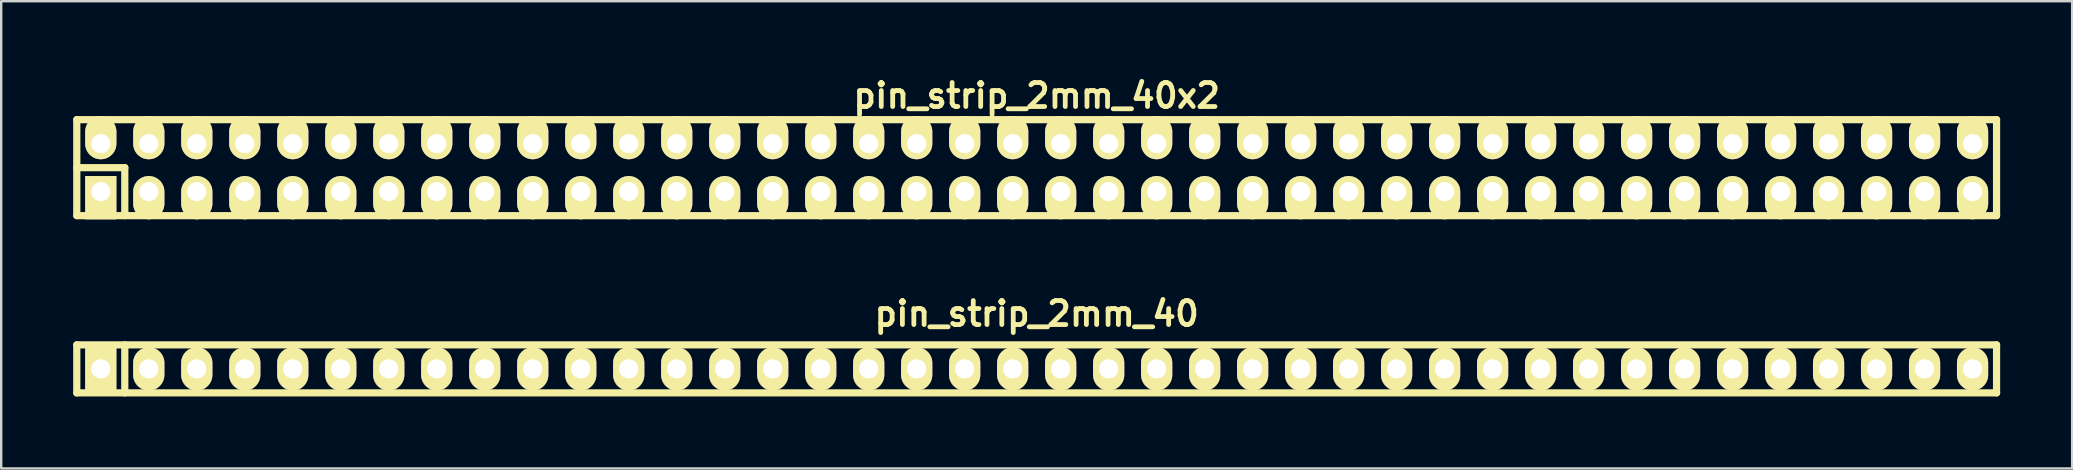
<source format=kicad_pcb>
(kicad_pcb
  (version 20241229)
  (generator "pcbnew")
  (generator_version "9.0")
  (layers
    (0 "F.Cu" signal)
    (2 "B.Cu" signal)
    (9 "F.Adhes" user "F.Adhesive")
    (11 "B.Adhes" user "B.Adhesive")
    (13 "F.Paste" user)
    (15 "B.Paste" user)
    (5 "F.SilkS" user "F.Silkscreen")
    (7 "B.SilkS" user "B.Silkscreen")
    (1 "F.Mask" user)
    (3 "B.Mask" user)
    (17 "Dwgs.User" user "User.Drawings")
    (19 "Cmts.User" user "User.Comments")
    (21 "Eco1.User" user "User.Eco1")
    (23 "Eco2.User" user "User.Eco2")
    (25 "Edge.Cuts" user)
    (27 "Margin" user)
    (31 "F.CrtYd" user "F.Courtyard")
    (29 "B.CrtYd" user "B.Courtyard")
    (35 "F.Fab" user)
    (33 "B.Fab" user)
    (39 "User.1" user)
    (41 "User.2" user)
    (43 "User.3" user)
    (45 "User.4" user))
  (footprint "pin_strip_2mm_40"
    (layer "F.Cu")
    (at 40.15 12.322)
    (property "Reference" "pin_strip_2mm_40" (at 0 -2.3 0) (layer "F.SilkS") (effects (font (size 1 1) (thickness 0.2))))
    (attr through_hole)
    (fp_line (start -40 -1) (end 40 -1) (stroke (width 0.3) (type solid)) (layer "F.SilkS"))
    (fp_line (start -40 1) (end -40 -1) (stroke (width 0.3) (type solid)) (layer "F.SilkS"))
    (fp_line (start -38 -1) (end -38 1) (stroke (width 0.3) (type solid)) (layer "F.SilkS"))
    (fp_line (start 40 -1) (end 40 1) (stroke (width 0.3) (type solid)) (layer "F.SilkS"))
    (fp_line (start 40 1) (end -40 1) (stroke (width 0.3) (type solid)) (layer "F.SilkS"))
    (pad "1" thru_hole rect (at -39 0) (size 1.3 1.8) (drill 0.8) (layers "*.Cu" "*.Mask" "F.SilkS"))
    (pad "2" thru_hole oval (at -37 0) (size 1.3 1.8) (drill 0.8) (layers "*.Cu" "*.Mask" "F.SilkS"))
    (pad "3" thru_hole oval (at -35 0) (size 1.3 1.8) (drill 0.8) (layers "*.Cu" "*.Mask" "F.SilkS"))
    (pad "4" thru_hole oval (at -33 0) (size 1.3 1.8) (drill 0.8) (layers "*.Cu" "*.Mask" "F.SilkS"))
    (pad "5" thru_hole oval (at -31 0) (size 1.3 1.8) (drill 0.8) (layers "*.Cu" "*.Mask" "F.SilkS"))
    (pad "6" thru_hole oval (at -29 0) (size 1.3 1.8) (drill 0.8) (layers "*.Cu" "*.Mask" "F.SilkS"))
    (pad "7" thru_hole oval (at -27 0) (size 1.3 1.8) (drill 0.8) (layers "*.Cu" "*.Mask" "F.SilkS"))
    (pad "8" thru_hole oval (at -25 0) (size 1.3 1.8) (drill 0.8) (layers "*.Cu" "*.Mask" "F.SilkS"))
    (pad "9" thru_hole oval (at -23 0) (size 1.3 1.8) (drill 0.8) (layers "*.Cu" "*.Mask" "F.SilkS"))
    (pad "10" thru_hole oval (at -21 0) (size 1.3 1.8) (drill 0.8) (layers "*.Cu" "*.Mask" "F.SilkS"))
    (pad "11" thru_hole oval (at -19 0) (size 1.3 1.8) (drill 0.8) (layers "*.Cu" "*.Mask" "F.SilkS"))
    (pad "12" thru_hole oval (at -17 0) (size 1.3 1.8) (drill 0.8) (layers "*.Cu" "*.Mask" "F.SilkS"))
    (pad "13" thru_hole oval (at -15 0) (size 1.3 1.8) (drill 0.8) (layers "*.Cu" "*.Mask" "F.SilkS"))
    (pad "14" thru_hole oval (at -13 0) (size 1.3 1.8) (drill 0.8) (layers "*.Cu" "*.Mask" "F.SilkS"))
    (pad "15" thru_hole oval (at -11 0) (size 1.3 1.8) (drill 0.8) (layers "*.Cu" "*.Mask" "F.SilkS"))
    (pad "16" thru_hole oval (at -9 0) (size 1.3 1.8) (drill 0.8) (layers "*.Cu" "*.Mask" "F.SilkS"))
    (pad "17" thru_hole oval (at -7 0) (size 1.3 1.8) (drill 0.8) (layers "*.Cu" "*.Mask" "F.SilkS"))
    (pad "18" thru_hole oval (at -5 0) (size 1.3 1.8) (drill 0.8) (layers "*.Cu" "*.Mask" "F.SilkS"))
    (pad "19" thru_hole oval (at -3 0) (size 1.3 1.8) (drill 0.8) (layers "*.Cu" "*.Mask" "F.SilkS"))
    (pad "20" thru_hole oval (at -1 0) (size 1.3 1.8) (drill 0.8) (layers "*.Cu" "*.Mask" "F.SilkS"))
    (pad "21" thru_hole oval (at 1 0) (size 1.3 1.8) (drill 0.8) (layers "*.Cu" "*.Mask" "F.SilkS"))
    (pad "22" thru_hole oval (at 3 0) (size 1.3 1.8) (drill 0.8) (layers "*.Cu" "*.Mask" "F.SilkS"))
    (pad "23" thru_hole oval (at 5 0) (size 1.3 1.8) (drill 0.8) (layers "*.Cu" "*.Mask" "F.SilkS"))
    (pad "24" thru_hole oval (at 7 0) (size 1.3 1.8) (drill 0.8) (layers "*.Cu" "*.Mask" "F.SilkS"))
    (pad "25" thru_hole oval (at 9 0) (size 1.3 1.8) (drill 0.8) (layers "*.Cu" "*.Mask" "F.SilkS"))
    (pad "26" thru_hole oval (at 11 0) (size 1.3 1.8) (drill 0.8) (layers "*.Cu" "*.Mask" "F.SilkS"))
    (pad "27" thru_hole oval (at 13 0) (size 1.3 1.8) (drill 0.8) (layers "*.Cu" "*.Mask" "F.SilkS"))
    (pad "28" thru_hole oval (at 15 0) (size 1.3 1.8) (drill 0.8) (layers "*.Cu" "*.Mask" "F.SilkS"))
    (pad "29" thru_hole oval (at 17 0) (size 1.3 1.8) (drill 0.8) (layers "*.Cu" "*.Mask" "F.SilkS"))
    (pad "30" thru_hole oval (at 19 0) (size 1.3 1.8) (drill 0.8) (layers "*.Cu" "*.Mask" "F.SilkS"))
    (pad "31" thru_hole oval (at 21 0) (size 1.3 1.8) (drill 0.8) (layers "*.Cu" "*.Mask" "F.SilkS"))
    (pad "32" thru_hole oval (at 23 0) (size 1.3 1.8) (drill 0.8) (layers "*.Cu" "*.Mask" "F.SilkS"))
    (pad "33" thru_hole oval (at 25 0) (size 1.3 1.8) (drill 0.8) (layers "*.Cu" "*.Mask" "F.SilkS"))
    (pad "34" thru_hole oval (at 27 0) (size 1.3 1.8) (drill 0.8) (layers "*.Cu" "*.Mask" "F.SilkS"))
    (pad "35" thru_hole oval (at 29 0) (size 1.3 1.8) (drill 0.8) (layers "*.Cu" "*.Mask" "F.SilkS"))
    (pad "36" thru_hole oval (at 31 0) (size 1.3 1.8) (drill 0.8) (layers "*.Cu" "*.Mask" "F.SilkS"))
    (pad "37" thru_hole oval (at 33 0) (size 1.3 1.8) (drill 0.8) (layers "*.Cu" "*.Mask" "F.SilkS"))
    (pad "38" thru_hole oval (at 35 0) (size 1.3 1.8) (drill 0.8) (layers "*.Cu" "*.Mask" "F.SilkS"))
    (pad "39" thru_hole oval (at 37 0) (size 1.3 1.8) (drill 0.8) (layers "*.Cu" "*.Mask" "F.SilkS"))
    (pad "40" thru_hole oval (at 39 0) (size 1.3 1.8) (drill 0.8) (layers "*.Cu" "*.Mask" "F.SilkS")))
  (footprint "pin_strip_2mm_40x2"
    (layer "F.Cu")
    (at 40.15 3.936)
    (property "Reference" "pin_strip_2mm_40x2" (at 0 -3 0) (layer "F.SilkS") (effects (font (size 1 1) (thickness 0.2))))
    (attr through_hole)
    (fp_line (start -40 -2) (end 40 -2) (stroke (width 0.3) (type solid)) (layer "F.SilkS"))
    (fp_line (start -40 0) (end -38 0) (stroke (width 0.3) (type solid)) (layer "F.SilkS"))
    (fp_line (start -40 2) (end -40 -2) (stroke (width 0.3) (type solid)) (layer "F.SilkS"))
    (fp_line (start -38 0) (end -38 2) (stroke (width 0.3) (type solid)) (layer "F.SilkS"))
    (fp_line (start 40 -2) (end 40 2) (stroke (width 0.3) (type solid)) (layer "F.SilkS"))
    (fp_line (start 40 2) (end -40 2) (stroke (width 0.3) (type solid)) (layer "F.SilkS"))
    (pad "1" thru_hole rect (at -39 1) (size 1.3 1.8) (drill 0.8 (offset 0 0.25)) (layers "*.Cu" "*.Mask" "F.SilkS"))
    (pad "2" thru_hole oval (at -39 -1) (size 1.3 1.8) (drill 0.8 (offset 0 -0.25)) (layers "*.Cu" "*.Mask" "F.SilkS"))
    (pad "3" thru_hole oval (at -37 1) (size 1.3 1.8) (drill 0.8 (offset 0 0.25)) (layers "*.Cu" "*.Mask" "F.SilkS"))
    (pad "4" thru_hole oval (at -37 -1) (size 1.3 1.8) (drill 0.8 (offset 0 -0.25)) (layers "*.Cu" "*.Mask" "F.SilkS"))
    (pad "5" thru_hole oval (at -35 1) (size 1.3 1.8) (drill 0.8 (offset 0 0.25)) (layers "*.Cu" "*.Mask" "F.SilkS"))
    (pad "6" thru_hole oval (at -35 -1) (size 1.3 1.8) (drill 0.8 (offset 0 -0.25)) (layers "*.Cu" "*.Mask" "F.SilkS"))
    (pad "7" thru_hole oval (at -33 1) (size 1.3 1.8) (drill 0.8 (offset 0 0.25)) (layers "*.Cu" "*.Mask" "F.SilkS"))
    (pad "8" thru_hole oval (at -33 -1) (size 1.3 1.8) (drill 0.8 (offset 0 -0.25)) (layers "*.Cu" "*.Mask" "F.SilkS"))
    (pad "9" thru_hole oval (at -31 1) (size 1.3 1.8) (drill 0.8 (offset 0 0.25)) (layers "*.Cu" "*.Mask" "F.SilkS"))
    (pad "10" thru_hole oval (at -31 -1) (size 1.3 1.8) (drill 0.8 (offset 0 -0.25)) (layers "*.Cu" "*.Mask" "F.SilkS"))
    (pad "11" thru_hole oval (at -29 1) (size 1.3 1.8) (drill 0.8 (offset 0 0.25)) (layers "*.Cu" "*.Mask" "F.SilkS"))
    (pad "12" thru_hole oval (at -29 -1) (size 1.3 1.8) (drill 0.8 (offset 0 -0.25)) (layers "*.Cu" "*.Mask" "F.SilkS"))
    (pad "13" thru_hole oval (at -27 1) (size 1.3 1.8) (drill 0.8 (offset 0 0.25)) (layers "*.Cu" "*.Mask" "F.SilkS"))
    (pad "14" thru_hole oval (at -27 -1) (size 1.3 1.8) (drill 0.8 (offset 0 -0.25)) (layers "*.Cu" "*.Mask" "F.SilkS"))
    (pad "15" thru_hole oval (at -25 1) (size 1.3 1.8) (drill 0.8 (offset 0 0.25)) (layers "*.Cu" "*.Mask" "F.SilkS"))
    (pad "16" thru_hole oval (at -25 -1) (size 1.3 1.8) (drill 0.8 (offset 0 -0.25)) (layers "*.Cu" "*.Mask" "F.SilkS"))
    (pad "17" thru_hole oval (at -23 1) (size 1.3 1.8) (drill 0.8 (offset 0 0.25)) (layers "*.Cu" "*.Mask" "F.SilkS"))
    (pad "18" thru_hole oval (at -23 -1) (size 1.3 1.8) (drill 0.8 (offset 0 -0.25)) (layers "*.Cu" "*.Mask" "F.SilkS"))
    (pad "19" thru_hole oval (at -21 1) (size 1.3 1.8) (drill 0.8 (offset 0 0.25)) (layers "*.Cu" "*.Mask" "F.SilkS"))
    (pad "20" thru_hole oval (at -21 -1) (size 1.3 1.8) (drill 0.8 (offset 0 -0.25)) (layers "*.Cu" "*.Mask" "F.SilkS"))
    (pad "21" thru_hole oval (at -19 1) (size 1.3 1.8) (drill 0.8 (offset 0 0.25)) (layers "*.Cu" "*.Mask" "F.SilkS"))
    (pad "22" thru_hole oval (at -19 -1) (size 1.3 1.8) (drill 0.8 (offset 0 -0.25)) (layers "*.Cu" "*.Mask" "F.SilkS"))
    (pad "23" thru_hole oval (at -17 1) (size 1.3 1.8) (drill 0.8 (offset 0 0.25)) (layers "*.Cu" "*.Mask" "F.SilkS"))
    (pad "24" thru_hole oval (at -17 -1) (size 1.3 1.8) (drill 0.8 (offset 0 -0.25)) (layers "*.Cu" "*.Mask" "F.SilkS"))
    (pad "25" thru_hole oval (at -15 1) (size 1.3 1.8) (drill 0.8 (offset 0 0.25)) (layers "*.Cu" "*.Mask" "F.SilkS"))
    (pad "26" thru_hole oval (at -15 -1) (size 1.3 1.8) (drill 0.8 (offset 0 -0.25)) (layers "*.Cu" "*.Mask" "F.SilkS"))
    (pad "27" thru_hole oval (at -13 1) (size 1.3 1.8) (drill 0.8 (offset 0 0.25)) (layers "*.Cu" "*.Mask" "F.SilkS"))
    (pad "28" thru_hole oval (at -13 -1) (size 1.3 1.8) (drill 0.8 (offset 0 -0.25)) (layers "*.Cu" "*.Mask" "F.SilkS"))
    (pad "29" thru_hole oval (at -11 1) (size 1.3 1.8) (drill 0.8 (offset 0 0.25)) (layers "*.Cu" "*.Mask" "F.SilkS"))
    (pad "30" thru_hole oval (at -11 -1) (size 1.3 1.8) (drill 0.8 (offset 0 -0.25)) (layers "*.Cu" "*.Mask" "F.SilkS"))
    (pad "31" thru_hole oval (at -9 1) (size 1.3 1.8) (drill 0.8 (offset 0 0.25)) (layers "*.Cu" "*.Mask" "F.SilkS"))
    (pad "32" thru_hole oval (at -9 -1) (size 1.3 1.8) (drill 0.8 (offset 0 -0.25)) (layers "*.Cu" "*.Mask" "F.SilkS"))
    (pad "33" thru_hole oval (at -7 1) (size 1.3 1.8) (drill 0.8 (offset 0 0.25)) (layers "*.Cu" "*.Mask" "F.SilkS"))
    (pad "34" thru_hole oval (at -7 -1) (size 1.3 1.8) (drill 0.8 (offset 0 -0.25)) (layers "*.Cu" "*.Mask" "F.SilkS"))
    (pad "35" thru_hole oval (at -5 1) (size 1.3 1.8) (drill 0.8 (offset 0 0.25)) (layers "*.Cu" "*.Mask" "F.SilkS"))
    (pad "36" thru_hole oval (at -5 -1) (size 1.3 1.8) (drill 0.8 (offset 0 -0.25)) (layers "*.Cu" "*.Mask" "F.SilkS"))
    (pad "37" thru_hole oval (at -3 1) (size 1.3 1.8) (drill 0.8 (offset 0 0.25)) (layers "*.Cu" "*.Mask" "F.SilkS"))
    (pad "38" thru_hole oval (at -3 -1) (size 1.3 1.8) (drill 0.8 (offset 0 -0.25)) (layers "*.Cu" "*.Mask" "F.SilkS"))
    (pad "39" thru_hole oval (at -1 1) (size 1.3 1.8) (drill 0.8 (offset 0 0.25)) (layers "*.Cu" "*.Mask" "F.SilkS"))
    (pad "40" thru_hole oval (at -1 -1) (size 1.3 1.8) (drill 0.8 (offset 0 -0.25)) (layers "*.Cu" "*.Mask" "F.SilkS"))
    (pad "41" thru_hole oval (at 1 1) (size 1.3 1.8) (drill 0.8 (offset 0 0.25)) (layers "*.Cu" "*.Mask" "F.SilkS"))
    (pad "42" thru_hole oval (at 1 -1) (size 1.3 1.8) (drill 0.8 (offset 0 -0.25)) (layers "*.Cu" "*.Mask" "F.SilkS"))
    (pad "43" thru_hole oval (at 3 1) (size 1.3 1.8) (drill 0.8 (offset 0 0.25)) (layers "*.Cu" "*.Mask" "F.SilkS"))
    (pad "44" thru_hole oval (at 3 -1) (size 1.3 1.8) (drill 0.8 (offset 0 -0.25)) (layers "*.Cu" "*.Mask" "F.SilkS"))
    (pad "45" thru_hole oval (at 5 1) (size 1.3 1.8) (drill 0.8 (offset 0 0.25)) (layers "*.Cu" "*.Mask" "F.SilkS"))
    (pad "46" thru_hole oval (at 5 -1) (size 1.3 1.8) (drill 0.8 (offset 0 -0.25)) (layers "*.Cu" "*.Mask" "F.SilkS"))
    (pad "47" thru_hole oval (at 7 1) (size 1.3 1.8) (drill 0.8 (offset 0 0.25)) (layers "*.Cu" "*.Mask" "F.SilkS"))
    (pad "48" thru_hole oval (at 7 -1) (size 1.3 1.8) (drill 0.8 (offset 0 -0.25)) (layers "*.Cu" "*.Mask" "F.SilkS"))
    (pad "49" thru_hole oval (at 9 1) (size 1.3 1.8) (drill 0.8 (offset 0 0.25)) (layers "*.Cu" "*.Mask" "F.SilkS"))
    (pad "50" thru_hole oval (at 9 -1) (size 1.3 1.8) (drill 0.8 (offset 0 -0.25)) (layers "*.Cu" "*.Mask" "F.SilkS"))
    (pad "51" thru_hole oval (at 11 1) (size 1.3 1.8) (drill 0.8 (offset 0 0.25)) (layers "*.Cu" "*.Mask" "F.SilkS"))
    (pad "52" thru_hole oval (at 11 -1) (size 1.3 1.8) (drill 0.8 (offset 0 -0.25)) (layers "*.Cu" "*.Mask" "F.SilkS"))
    (pad "53" thru_hole oval (at 13 1) (size 1.3 1.8) (drill 0.8 (offset 0 0.25)) (layers "*.Cu" "*.Mask" "F.SilkS"))
    (pad "54" thru_hole oval (at 13 -1) (size 1.3 1.8) (drill 0.8 (offset 0 -0.25)) (layers "*.Cu" "*.Mask" "F.SilkS"))
    (pad "55" thru_hole oval (at 15 1) (size 1.3 1.8) (drill 0.8 (offset 0 0.25)) (layers "*.Cu" "*.Mask" "F.SilkS"))
    (pad "56" thru_hole oval (at 15 -1) (size 1.3 1.8) (drill 0.8 (offset 0 -0.25)) (layers "*.Cu" "*.Mask" "F.SilkS"))
    (pad "57" thru_hole oval (at 17 1) (size 1.3 1.8) (drill 0.8 (offset 0 0.25)) (layers "*.Cu" "*.Mask" "F.SilkS"))
    (pad "58" thru_hole oval (at 17 -1) (size 1.3 1.8) (drill 0.8 (offset 0 -0.25)) (layers "*.Cu" "*.Mask" "F.SilkS"))
    (pad "59" thru_hole oval (at 19 1) (size 1.3 1.8) (drill 0.8 (offset 0 0.25)) (layers "*.Cu" "*.Mask" "F.SilkS"))
    (pad "60" thru_hole oval (at 19 -1) (size 1.3 1.8) (drill 0.8 (offset 0 -0.25)) (layers "*.Cu" "*.Mask" "F.SilkS"))
    (pad "61" thru_hole oval (at 21 1) (size 1.3 1.8) (drill 0.8 (offset 0 0.25)) (layers "*.Cu" "*.Mask" "F.SilkS"))
    (pad "62" thru_hole oval (at 21 -1) (size 1.3 1.8) (drill 0.8 (offset 0 -0.25)) (layers "*.Cu" "*.Mask" "F.SilkS"))
    (pad "63" thru_hole oval (at 23 1) (size 1.3 1.8) (drill 0.8 (offset 0 0.25)) (layers "*.Cu" "*.Mask" "F.SilkS"))
    (pad "64" thru_hole oval (at 23 -1) (size 1.3 1.8) (drill 0.8 (offset 0 -0.25)) (layers "*.Cu" "*.Mask" "F.SilkS"))
    (pad "65" thru_hole oval (at 25 1) (size 1.3 1.8) (drill 0.8 (offset 0 0.25)) (layers "*.Cu" "*.Mask" "F.SilkS"))
    (pad "66" thru_hole oval (at 25 -1) (size 1.3 1.8) (drill 0.8 (offset 0 -0.25)) (layers "*.Cu" "*.Mask" "F.SilkS"))
    (pad "67" thru_hole oval (at 27 1) (size 1.3 1.8) (drill 0.8 (offset 0 0.25)) (layers "*.Cu" "*.Mask" "F.SilkS"))
    (pad "68" thru_hole oval (at 27 -1) (size 1.3 1.8) (drill 0.8 (offset 0 -0.25)) (layers "*.Cu" "*.Mask" "F.SilkS"))
    (pad "69" thru_hole oval (at 29 1) (size 1.3 1.8) (drill 0.8 (offset 0 0.25)) (layers "*.Cu" "*.Mask" "F.SilkS"))
    (pad "70" thru_hole oval (at 29 -1) (size 1.3 1.8) (drill 0.8 (offset 0 -0.25)) (layers "*.Cu" "*.Mask" "F.SilkS"))
    (pad "71" thru_hole oval (at 31 1) (size 1.3 1.8) (drill 0.8 (offset 0 0.25)) (layers "*.Cu" "*.Mask" "F.SilkS"))
    (pad "72" thru_hole oval (at 31 -1) (size 1.3 1.8) (drill 0.8 (offset 0 -0.25)) (layers "*.Cu" "*.Mask" "F.SilkS"))
    (pad "73" thru_hole oval (at 33 1) (size 1.3 1.8) (drill 0.8 (offset 0 0.25)) (layers "*.Cu" "*.Mask" "F.SilkS"))
    (pad "74" thru_hole oval (at 33 -1) (size 1.3 1.8) (drill 0.8 (offset 0 -0.25)) (layers "*.Cu" "*.Mask" "F.SilkS"))
    (pad "75" thru_hole oval (at 35 1) (size 1.3 1.8) (drill 0.8 (offset 0 0.25)) (layers "*.Cu" "*.Mask" "F.SilkS"))
    (pad "76" thru_hole oval (at 35 -1) (size 1.3 1.8) (drill 0.8 (offset 0 -0.25)) (layers "*.Cu" "*.Mask" "F.SilkS"))
    (pad "77" thru_hole oval (at 37 1) (size 1.3 1.8) (drill 0.8 (offset 0 0.25)) (layers "*.Cu" "*.Mask" "F.SilkS"))
    (pad "78" thru_hole oval (at 37 -1) (size 1.3 1.8) (drill 0.8 (offset 0 -0.25)) (layers "*.Cu" "*.Mask" "F.SilkS"))
    (pad "79" thru_hole oval (at 39 1) (size 1.3 1.8) (drill 0.8 (offset 0 0.25)) (layers "*.Cu" "*.Mask" "F.SilkS"))
    (pad "80" thru_hole oval (at 39 -1) (size 1.3 1.8) (drill 0.8 (offset 0 -0.25)) (layers "*.Cu" "*.Mask" "F.SilkS")))
  (gr_rect
    (start -3 -3)
    (end 83.3 16.472)
    (stroke (width 0.1) (type default))
    (fill no)
    (layer "Edge.Cuts")))
</source>
